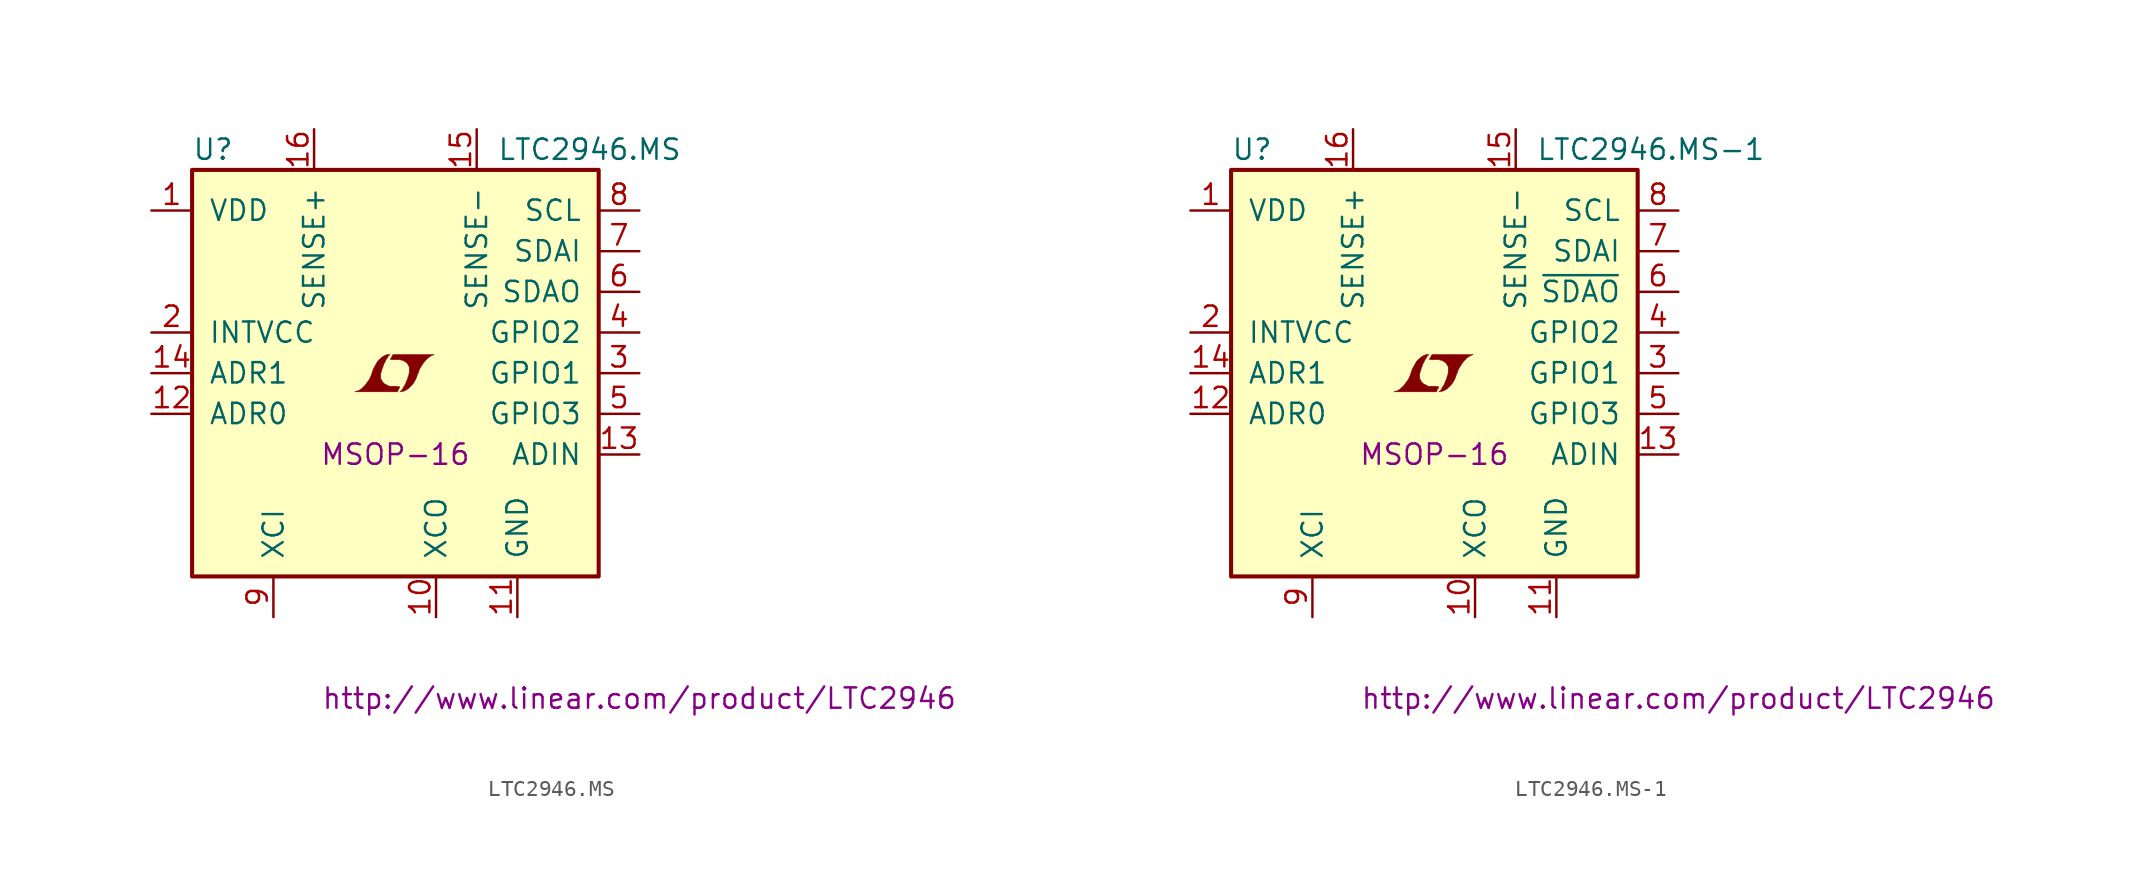
<source format=kicad_sym>
(kicad_symbol_lib
  (version 20201005)
  (generator kicad_symbol_editor)
  (symbol "LTC2946.MS"
    (pin_names
      (offset 1.016))
    (property "Reference" "U"
      (at -12.7 13.97 0)
      (effects (font (size 1.27 1.27)) (justify left)))
    (property "Value" "LTC2946.MS"
      (at 6.35 13.97 0)
      (effects (font (size 1.27 1.27)) (justify left)))
    (property "Footprint" "MSOP-16"
      (at 0 -5.08 0)
      (effects (font (size 1.27 1.27))))
    (property "Datasheet" "http://www.linear.com/product/LTC2946"
      (at 15.24 -20.32 0)
      (effects (font (size 1.27 1.27))))
    (symbol "LTC2946.MS_0_0"
      (polyline (pts (xy 0.203 -0.991) (xy 0.229 -0.965) (xy 0.279 -0.864) (xy 0.279 -0.838) (xy 0.152 -0.838) (xy 0.051 -0.813) (xy -0.406 -0.813) (xy -0.432 -0.787) (xy -0.686 -0.66) (xy -0.787 -0.559) (xy -0.864 -0.432) (xy -0.914 -0.33) (xy -0.914 -0.025) (xy -0.864 0.127) (xy -0.838 0.229) (xy -0.813 0.305) (xy -0.762 0.432) (xy -0.711 0.584) (xy -0.635 0.711) (xy -0.584 0.838) (xy -0.508 0.94) (xy -0.457 1.041) (xy -0.33 1.168) (xy -0.508 1.168) (xy -0.635 1.118) (xy -0.737 1.067) (xy -0.813 1.016) (xy -0.94 0.914) (xy -1.118 0.737) (xy -1.372 0.279) (xy -1.473 0) (xy -1.473 -0.051) (xy -1.524 -0.152) (xy -1.575 -0.279) (xy -1.626 -0.381) (xy -1.753 -0.559) (xy -1.905 -0.762) (xy -2.057 -0.914) (xy -2.21 -1.041) (xy -2.388 -1.118) (xy -2.54 -1.168) (xy 0.127 -1.168) (xy 0.203 -0.991)) (stroke (width 0.025)) (fill (type outline)))
      (polyline (pts (xy 0.406 -1.143) (xy 0.483 -1.143) (xy 0.66 -1.067) (xy 0.813 -0.965) (xy 1.092 -0.686) (xy 1.219 -0.483) (xy 1.321 -0.279) (xy 1.397 -0.025) (xy 1.422 -0.025) (xy 1.499 0.229) (xy 1.753 0.635) (xy 1.905 0.813) (xy 2.057 0.965) (xy 2.21 1.067) (xy 2.388 1.143) (xy 2.413 1.143) (xy 2.413 1.168) (xy -0.152 1.168) (xy -0.229 1.016) (xy -0.254 0.991) (xy -0.305 0.889) (xy -0.33 0.864) (xy -0.279 0.864) (xy -0.229 0.838) (xy 0.305 0.838) (xy 0.356 0.813) (xy 0.406 0.813) (xy 0.483 0.787) (xy 0.61 0.711) (xy 0.737 0.61) (xy 0.813 0.483) (xy 0.838 0.432) (xy 0.864 0.406) (xy 0.864 0) (xy 0.838 -0.051) (xy 0.838 -0.127) (xy 0.787 -0.229) (xy 0.762 -0.356) (xy 0.686 -0.508) (xy 0.635 -0.66) (xy 0.483 -0.914) (xy 0.432 -1.016) (xy 0.279 -1.168) (xy 0.406 -1.143)) (stroke (width 0.025)) (fill (type outline))))
    (symbol "LTC2946.MS_0_1"
      (rectangle (start -12.7 12.7) (end 12.7 -12.7) (stroke (width 0.254)) (fill (type background))))
    (symbol "LTC2946.MS_1_1"
      (pin power_in line (at -15.24 10.16 0) (length 2.54) (name "VDD" (effects (font (size 1.27 1.27)))) (number "1" (effects (font (size 1.27 1.27)))))
      (pin passive line (at -15.24 2.54 0) (length 2.54) (name "INTVCC" (effects (font (size 1.27 1.27)))) (number "2" (effects (font (size 1.27 1.27)))))
      (pin passive line (at 15.24 0 180) (length 2.54) (name "GPIO1" (effects (font (size 1.27 1.27)))) (number "3" (effects (font (size 1.27 1.27)))))
      (pin passive line (at 15.24 2.54 180) (length 2.54) (name "GPIO2" (effects (font (size 1.27 1.27)))) (number "4" (effects (font (size 1.27 1.27)))))
      (pin passive line (at 15.24 -2.54 180) (length 2.54) (name "GPIO3" (effects (font (size 1.27 1.27)))) (number "5" (effects (font (size 1.27 1.27)))))
      (pin output line (at 15.24 5.08 180) (length 2.54) (name "SDAO" (effects (font (size 1.27 1.27)))) (number "6" (effects (font (size 1.27 1.27)))))
      (pin input line (at 15.24 7.62 180) (length 2.54) (name "SDAI" (effects (font (size 1.27 1.27)))) (number "7" (effects (font (size 1.27 1.27)))))
      (pin input line (at 15.24 10.16 180) (length 2.54) (name "SCL" (effects (font (size 1.27 1.27)))) (number "8" (effects (font (size 1.27 1.27)))))
      (pin passive line (at -7.62 -15.24 90) (length 2.54) (name "XCI" (effects (font (size 1.27 1.27)))) (number "9" (effects (font (size 1.27 1.27)))))
      (pin passive line (at 2.54 -15.24 90) (length 2.54) (name "XCO" (effects (font (size 1.27 1.27)))) (number "10" (effects (font (size 1.27 1.27)))))
      (pin power_in line (at 7.62 -15.24 90) (length 2.54) (name "GND" (effects (font (size 1.27 1.27)))) (number "11" (effects (font (size 1.27 1.27)))))
      (pin input line (at -15.24 -2.54 0) (length 2.54) (name "ADR0" (effects (font (size 1.27 1.27)))) (number "12" (effects (font (size 1.27 1.27)))))
      (pin passive line (at 15.24 -5.08 180) (length 2.54) (name "ADIN" (effects (font (size 1.27 1.27)))) (number "13" (effects (font (size 1.27 1.27)))))
      (pin input line (at -15.24 0 0) (length 2.54) (name "ADR1" (effects (font (size 1.27 1.27)))) (number "14" (effects (font (size 1.27 1.27)))))
      (pin passive line (at 5.08 15.24 270) (length 2.54) (name "SENSE-" (effects (font (size 1.27 1.27)))) (number "15" (effects (font (size 1.27 1.27)))))
      (pin passive line (at -5.08 15.24 270) (length 2.54) (name "SENSE+" (effects (font (size 1.27 1.27)))) (number "16" (effects (font (size 1.27 1.27)))))))
  (symbol "LTC2946.MS-1"
    (pin_names
      (offset 1.016))
    (property "Reference" "U"
      (at -12.7 13.97 0)
      (effects (font (size 1.27 1.27)) (justify left)))
    (property "Value" "LTC2946.MS-1"
      (at 6.35 13.97 0)
      (effects (font (size 1.27 1.27)) (justify left)))
    (property "Footprint" "MSOP-16"
      (at 0 -5.08 0)
      (effects (font (size 1.27 1.27))))
    (property "Datasheet" "http://www.linear.com/product/LTC2946"
      (at 15.24 -20.32 0)
      (effects (font (size 1.27 1.27))))
    (symbol "LTC2946.MS-1_0_0"
      (polyline (pts (xy 0.203 -0.991) (xy 0.229 -0.965) (xy 0.279 -0.864) (xy 0.279 -0.838) (xy 0.152 -0.838) (xy 0.051 -0.813) (xy -0.406 -0.813) (xy -0.432 -0.787) (xy -0.686 -0.66) (xy -0.787 -0.559) (xy -0.864 -0.432) (xy -0.914 -0.33) (xy -0.914 -0.025) (xy -0.864 0.127) (xy -0.838 0.229) (xy -0.813 0.305) (xy -0.762 0.432) (xy -0.711 0.584) (xy -0.635 0.711) (xy -0.584 0.838) (xy -0.508 0.94) (xy -0.457 1.041) (xy -0.33 1.168) (xy -0.508 1.168) (xy -0.635 1.118) (xy -0.737 1.067) (xy -0.813 1.016) (xy -0.94 0.914) (xy -1.118 0.737) (xy -1.372 0.279) (xy -1.473 0) (xy -1.473 -0.051) (xy -1.524 -0.152) (xy -1.575 -0.279) (xy -1.626 -0.381) (xy -1.753 -0.559) (xy -1.905 -0.762) (xy -2.057 -0.914) (xy -2.21 -1.041) (xy -2.388 -1.118) (xy -2.54 -1.168) (xy 0.127 -1.168) (xy 0.203 -0.991)) (stroke (width 0.025)) (fill (type outline)))
      (polyline (pts (xy 0.406 -1.143) (xy 0.483 -1.143) (xy 0.66 -1.067) (xy 0.813 -0.965) (xy 1.092 -0.686) (xy 1.219 -0.483) (xy 1.321 -0.279) (xy 1.397 -0.025) (xy 1.422 -0.025) (xy 1.499 0.229) (xy 1.753 0.635) (xy 1.905 0.813) (xy 2.057 0.965) (xy 2.21 1.067) (xy 2.388 1.143) (xy 2.413 1.143) (xy 2.413 1.168) (xy -0.152 1.168) (xy -0.229 1.016) (xy -0.254 0.991) (xy -0.305 0.889) (xy -0.33 0.864) (xy -0.279 0.864) (xy -0.229 0.838) (xy 0.305 0.838) (xy 0.356 0.813) (xy 0.406 0.813) (xy 0.483 0.787) (xy 0.61 0.711) (xy 0.737 0.61) (xy 0.813 0.483) (xy 0.838 0.432) (xy 0.864 0.406) (xy 0.864 0) (xy 0.838 -0.051) (xy 0.838 -0.127) (xy 0.787 -0.229) (xy 0.762 -0.356) (xy 0.686 -0.508) (xy 0.635 -0.66) (xy 0.483 -0.914) (xy 0.432 -1.016) (xy 0.279 -1.168) (xy 0.406 -1.143)) (stroke (width 0.025)) (fill (type outline))))
    (symbol "LTC2946.MS-1_0_1"
      (rectangle (start -12.7 12.7) (end 12.7 -12.7) (stroke (width 0.254)) (fill (type background))))
    (symbol "LTC2946.MS-1_1_1"
      (pin power_in line (at -15.24 10.16 0) (length 2.54) (name "VDD" (effects (font (size 1.27 1.27)))) (number "1" (effects (font (size 1.27 1.27)))))
      (pin passive line (at -15.24 2.54 0) (length 2.54) (name "INTVCC" (effects (font (size 1.27 1.27)))) (number "2" (effects (font (size 1.27 1.27)))))
      (pin passive line (at 15.24 0 180) (length 2.54) (name "GPIO1" (effects (font (size 1.27 1.27)))) (number "3" (effects (font (size 1.27 1.27)))))
      (pin passive line (at 15.24 2.54 180) (length 2.54) (name "GPIO2" (effects (font (size 1.27 1.27)))) (number "4" (effects (font (size 1.27 1.27)))))
      (pin passive line (at 15.24 -2.54 180) (length 2.54) (name "GPIO3" (effects (font (size 1.27 1.27)))) (number "5" (effects (font (size 1.27 1.27)))))
      (pin output line (at 15.24 5.08 180) (length 2.54) (name "~SDAO~" (effects (font (size 1.27 1.27)))) (number "6" (effects (font (size 1.27 1.27)))))
      (pin input line (at 15.24 7.62 180) (length 2.54) (name "SDAI" (effects (font (size 1.27 1.27)))) (number "7" (effects (font (size 1.27 1.27)))))
      (pin input line (at 15.24 10.16 180) (length 2.54) (name "SCL" (effects (font (size 1.27 1.27)))) (number "8" (effects (font (size 1.27 1.27)))))
      (pin passive line (at -7.62 -15.24 90) (length 2.54) (name "XCI" (effects (font (size 1.27 1.27)))) (number "9" (effects (font (size 1.27 1.27)))))
      (pin passive line (at 2.54 -15.24 90) (length 2.54) (name "XCO" (effects (font (size 1.27 1.27)))) (number "10" (effects (font (size 1.27 1.27)))))
      (pin power_in line (at 7.62 -15.24 90) (length 2.54) (name "GND" (effects (font (size 1.27 1.27)))) (number "11" (effects (font (size 1.27 1.27)))))
      (pin input line (at -15.24 -2.54 0) (length 2.54) (name "ADR0" (effects (font (size 1.27 1.27)))) (number "12" (effects (font (size 1.27 1.27)))))
      (pin passive line (at 15.24 -5.08 180) (length 2.54) (name "ADIN" (effects (font (size 1.27 1.27)))) (number "13" (effects (font (size 1.27 1.27)))))
      (pin input line (at -15.24 0 0) (length 2.54) (name "ADR1" (effects (font (size 1.27 1.27)))) (number "14" (effects (font (size 1.27 1.27)))))
      (pin passive line (at 5.08 15.24 270) (length 2.54) (name "SENSE-" (effects (font (size 1.27 1.27)))) (number "15" (effects (font (size 1.27 1.27)))))
      (pin passive line (at -5.08 15.24 270) (length 2.54) (name "SENSE+" (effects (font (size 1.27 1.27)))) (number "16" (effects (font (size 1.27 1.27))))))))
</source>
